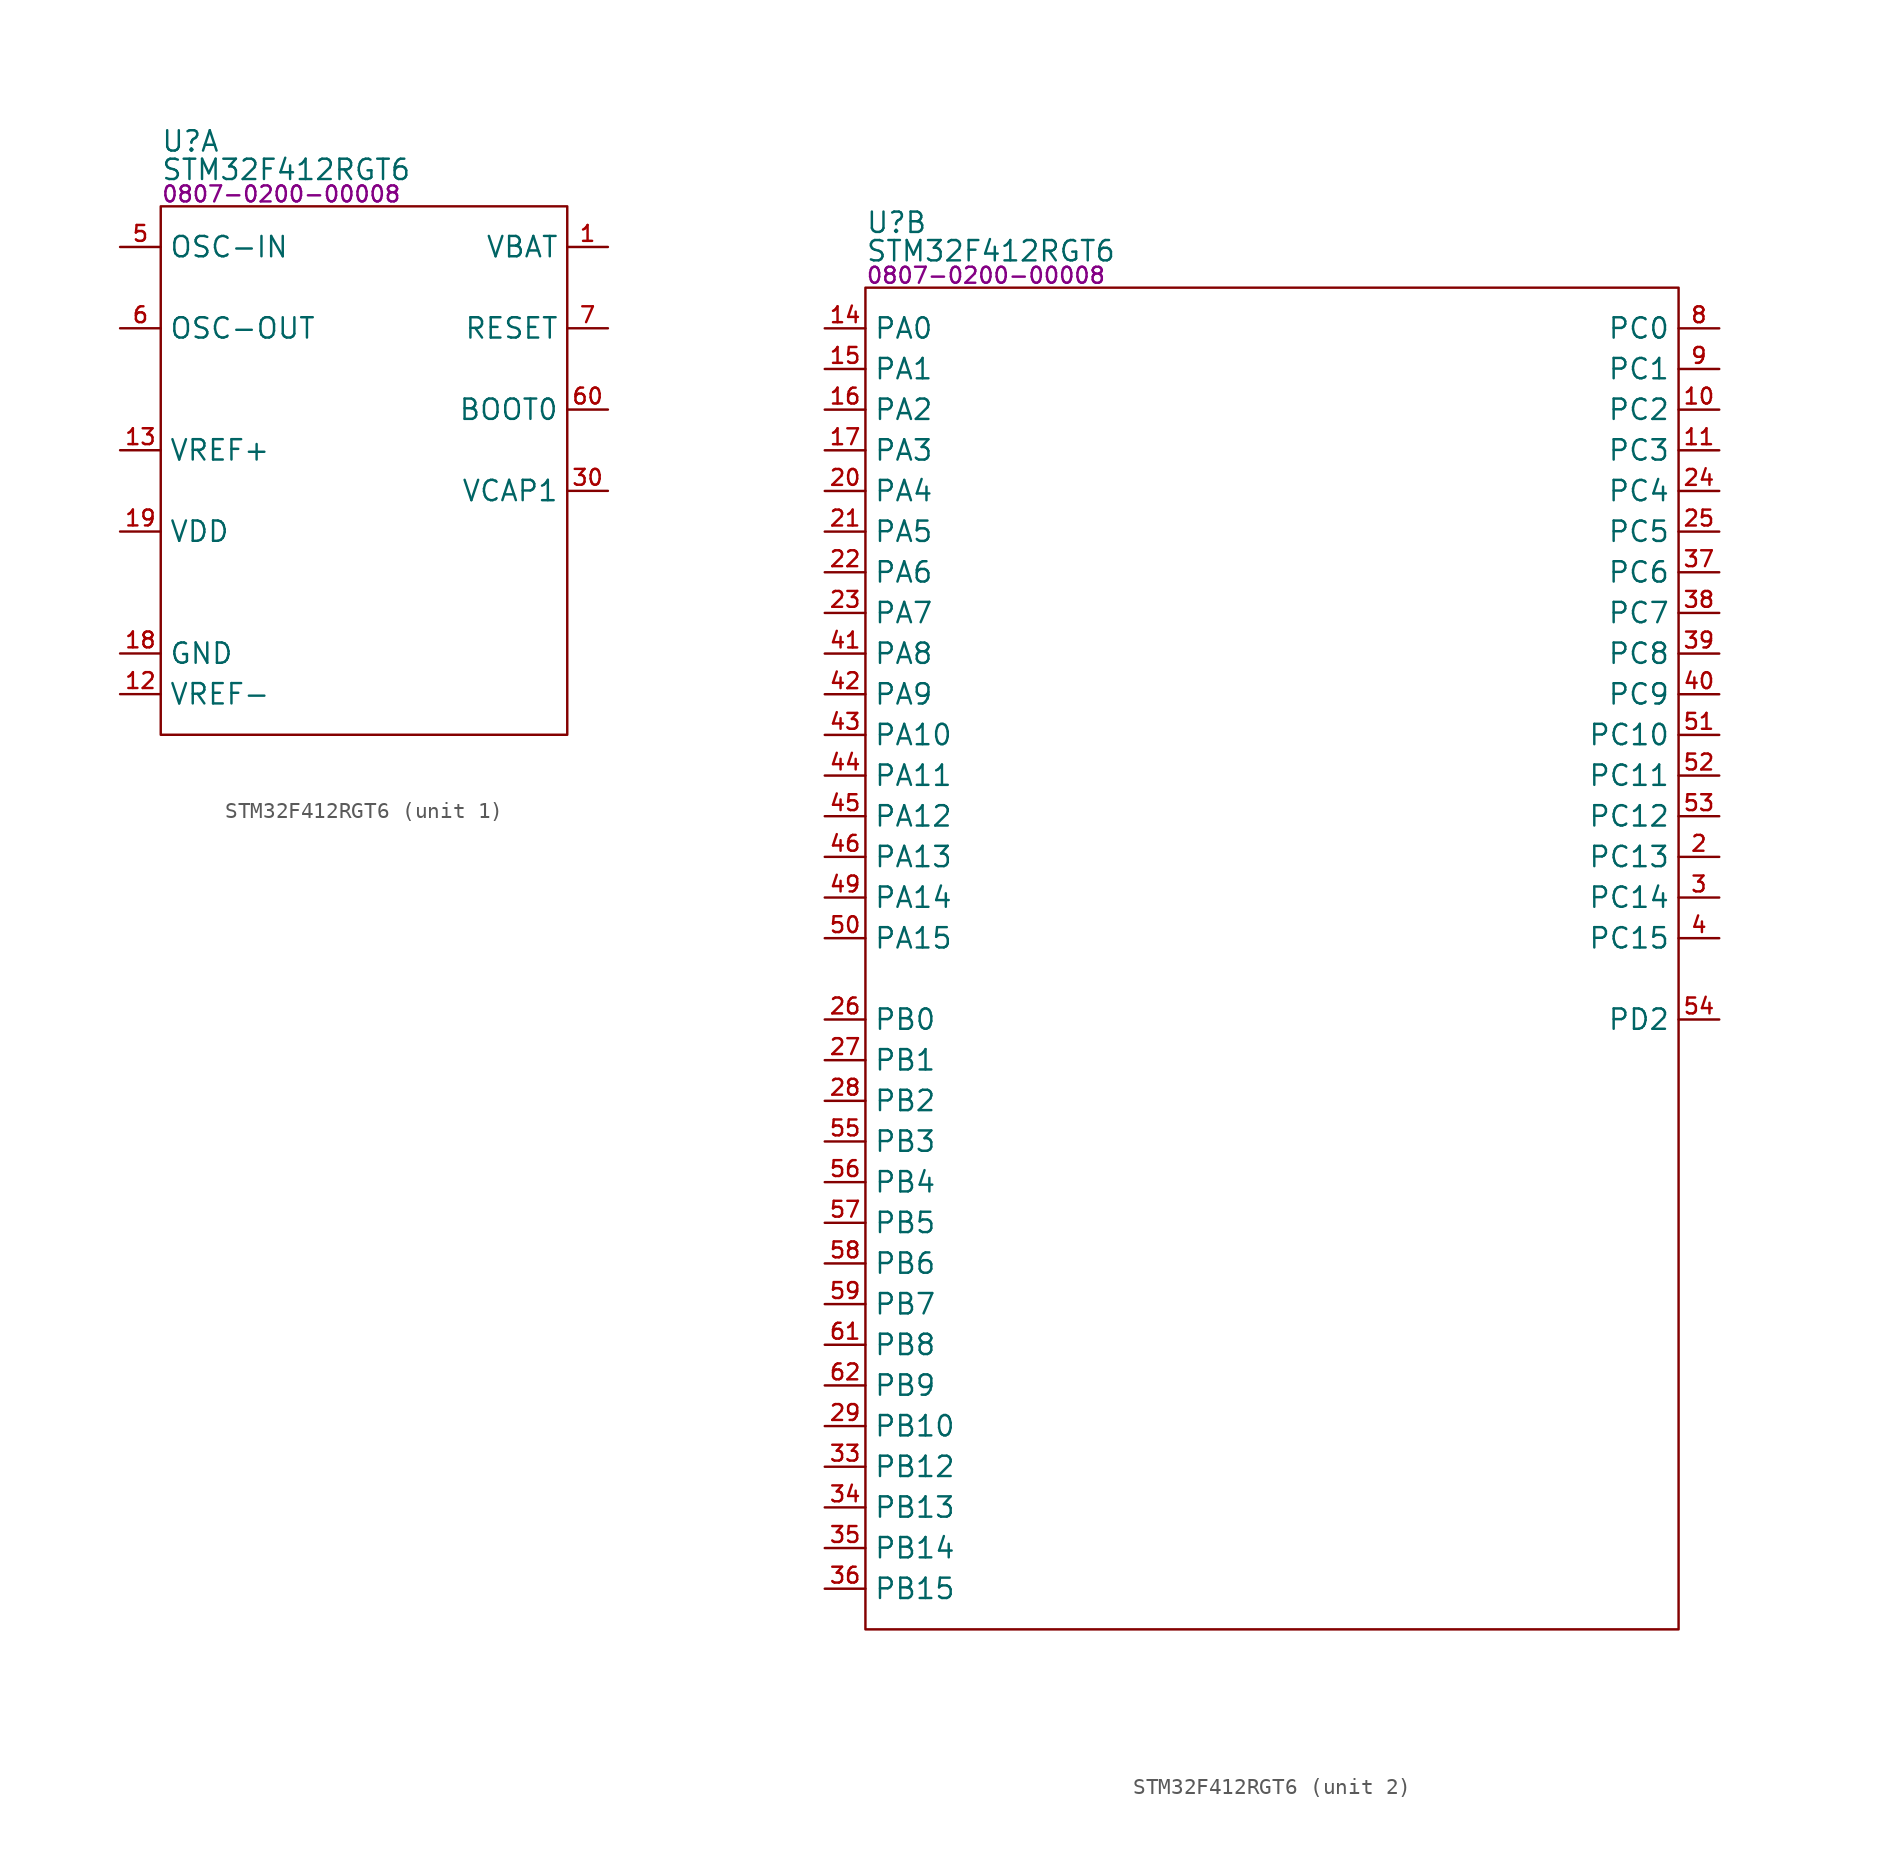
<source format=kicad_sym>
(kicad_symbol_lib
  (version 20231120)
  (generator "kicad_symbol_editor")
  (generator_version "8.0")
  (symbol "STM32F412RGT6"
    (property "Reference" "U"
      (at 0 4.064 0)
      (effects (font (size 1.27 1.27)) (justify left)))
    (property "Value" "STM32F412RGT6"
      (at 0 2.286 0)
      (effects (font (size 1.27 1.27)) (justify left)))
    (property "PartNumber" "0807-0200-00008"
      (at 0 0.762 0)
      (effects (font (size 1 1)) (justify left)))
    (property "ki_locked" ""
      (at 0 0 0)
      (effects (font (size 1.27 1.27))))
    (symbol "STM32F412RGT6_1_0"
      (pin power_in line (at 27.94 -2.54 180) (length 2.54) (name "VBAT" (effects (font (size 1.27 1.27)))) (number "1" (effects (font (size 0.991 0.991)))))
      (pin power_in line (at -2.54 -30.48 0) (length 2.54) (name "VREF-" (effects (font (size 1.27 1.27)))) (number "12" (effects (font (size 0.991 0.991)))))
      (pin power_in line (at -2.54 -15.24 0) (length 2.54) (name "VREF+" (effects (font (size 1.27 1.27)))) (number "13" (effects (font (size 0.991 0.991)))))
      (pin power_in line (at -2.54 -27.94 0) (length 2.54) (name "GND" (effects (font (size 1.27 1.27)))) (number "18" (effects (font (size 0.991 0.991)))))
      (pin power_in line (at -2.54 -20.32 0) (length 2.54) (name "VDD" (effects (font (size 1.27 1.27)))) (number "19" (effects (font (size 0.991 0.991)))))
      (pin input line (at 27.94 -17.78 180) (length 2.54) (name "VCAP1" (effects (font (size 1.27 1.27)))) (number "30" (effects (font (size 0.991 0.991)))))
      (pin power_in line (at -2.54 -27.94 0) (length 2.54) hide (name "GND" (effects (font (size 1.27 1.27)))) (number "31" (effects (font (size 0.991 0.991)))))
      (pin power_in line (at -2.54 -20.32 0) (length 2.54) hide (name "VDD" (effects (font (size 1.27 1.27)))) (number "32" (effects (font (size 0.991 0.991)))))
      (pin power_in line (at -2.54 -27.94 0) (length 2.54) hide (name "GND" (effects (font (size 1.27 1.27)))) (number "47" (effects (font (size 0.991 0.991)))))
      (pin power_in line (at -2.54 -20.32 0) (length 2.54) hide (name "VDD" (effects (font (size 1.27 1.27)))) (number "48" (effects (font (size 0.991 0.991)))))
      (pin input line (at -2.54 -2.54 0) (length 2.54) (name "OSC-IN" (effects (font (size 1.27 1.27)))) (number "5" (effects (font (size 0.991 0.991)))) (alternate "PH0" input line))
      (pin output line (at -2.54 -7.62 0) (length 2.54) (name "OSC-OUT" (effects (font (size 1.27 1.27)))) (number "6" (effects (font (size 0.991 0.991)))) (alternate "PH1" output line))
      (pin input line (at 27.94 -12.7 180) (length 2.54) (name "BOOT0" (effects (font (size 1.27 1.27)))) (number "60" (effects (font (size 0.991 0.991)))))
      (pin power_in line (at -2.54 -27.94 0) (length 2.54) hide (name "GND" (effects (font (size 1.27 1.27)))) (number "63" (effects (font (size 0.991 0.991)))))
      (pin power_in line (at -2.54 -20.32 0) (length 2.54) hide (name "VDD" (effects (font (size 1.27 1.27)))) (number "64" (effects (font (size 0.991 0.991)))))
      (pin input line (at 27.94 -7.62 180) (length 2.54) (name "RESET" (effects (font (size 1.27 1.27)))) (number "7" (effects (font (size 0.991 0.991))))))
    (symbol "STM32F412RGT6_1_1"
      (rectangle (start 0 0) (end 25.4 -33.02) (stroke (width 0) (type default)) (fill (type none))))
    (symbol "STM32F412RGT6_2_0"
      (pin bidirectional line (at 53.34 -7.62 180) (length 2.54) (name "PC2" (effects (font (size 1.27 1.27)))) (number "10" (effects (font (size 0.991 0.991)))) (alternate "ADC1-IN12" bidirectional line) (alternate "DFSDM1-CKOUT" bidirectional line) (alternate "FSMC-~{WE}" bidirectional line) (alternate "GPIO-EXTI2" bidirectional line) (alternate "I2S2-ext-SD" bidirectional line) (alternate "SPI2-CIPO" bidirectional line))
      (pin bidirectional line (at 53.34 -10.16 180) (length 2.54) (name "PC3" (effects (font (size 1.27 1.27)))) (number "11" (effects (font (size 0.991 0.991)))) (alternate "ADC1-IN13" bidirectional line) (alternate "FSMC-A0" bidirectional line) (alternate "GPIO-EXTI3" bidirectional line) (alternate "I2S2-SD" bidirectional line) (alternate "SPI2-COPI" bidirectional line))
      (pin bidirectional line (at -2.54 -2.54 0) (length 2.54) (name "PA0" (effects (font (size 1.27 1.27)))) (number "14" (effects (font (size 0.991 0.991)))) (alternate "ADC1-IN0" bidirectional line) (alternate "GPIO-EXTI0" bidirectional line) (alternate "SYS-WKUP1" bidirectional line) (alternate "TIM2-CH1" bidirectional line) (alternate "TIM2-ETR" bidirectional line) (alternate "TIM5-CH1" bidirectional line) (alternate "TIM8-ETR" bidirectional line) (alternate "USART2-CTS" bidirectional line))
      (pin bidirectional line (at -2.54 -5.08 0) (length 2.54) (name "PA1" (effects (font (size 1.27 1.27)))) (number "15" (effects (font (size 0.991 0.991)))) (alternate "ADC1-IN1" bidirectional line) (alternate "GPIO-EXTI1" bidirectional line) (alternate "I2S4-SD" bidirectional line) (alternate "QUADSPI-BK1-IO3" bidirectional line) (alternate "SPI4-COPI" bidirectional line) (alternate "TIM2-CH2" bidirectional line) (alternate "TIM5-CH2" bidirectional line) (alternate "USART2-RTS" bidirectional line))
      (pin bidirectional line (at -2.54 -7.62 0) (length 2.54) (name "PA2" (effects (font (size 1.27 1.27)))) (number "16" (effects (font (size 0.991 0.991)))) (alternate "ADC1-IN2" bidirectional line) (alternate "FSMC-D4" bidirectional line) (alternate "FSMC-DA4" bidirectional line) (alternate "GPIO-EXTI2" bidirectional line) (alternate "I2S-CKIN" bidirectional line) (alternate "TIM2-CH3" bidirectional line) (alternate "TIM5-CH3" bidirectional line) (alternate "TIM9-CH1" bidirectional line) (alternate "USART2-TX" bidirectional line))
      (pin bidirectional line (at -2.54 -10.16 0) (length 2.54) (name "PA3" (effects (font (size 1.27 1.27)))) (number "17" (effects (font (size 0.991 0.991)))) (alternate "ADC1-IN3" bidirectional line) (alternate "FSMC-D5" bidirectional line) (alternate "FSMC-DA5" bidirectional line) (alternate "GPIO-EXTI3" bidirectional line) (alternate "I2S2-MCK" bidirectional line) (alternate "TIM2-CH4" bidirectional line) (alternate "TIM5-CH4" bidirectional line) (alternate "TIM9-CH2" bidirectional line) (alternate "USART2-RX" bidirectional line))
      (pin bidirectional line (at 53.34 -35.56 180) (length 2.54) (name "PC13" (effects (font (size 1.27 1.27)))) (number "2" (effects (font (size 0.991 0.991)))) (alternate "GPIO-EXTI13" bidirectional line) (alternate "RTC-AF1" bidirectional line))
      (pin bidirectional line (at -2.54 -12.7 0) (length 2.54) (name "PA4" (effects (font (size 1.27 1.27)))) (number "20" (effects (font (size 0.991 0.991)))) (alternate "ADC1-IN4" bidirectional line) (alternate "DFSDM1-DATIN1" bidirectional line) (alternate "FSMC-D6" bidirectional line) (alternate "FSMC-DA6" bidirectional line) (alternate "GPIO-EXTI4" bidirectional line) (alternate "I2S1-WS" bidirectional line) (alternate "I2S3-WS" bidirectional line) (alternate "SPI1-~{SS}" bidirectional line) (alternate "SPI3-~{SS}" bidirectional line) (alternate "USART2-CK" bidirectional line))
      (pin bidirectional line (at -2.54 -15.24 0) (length 2.54) (name "PA5" (effects (font (size 1.27 1.27)))) (number "21" (effects (font (size 0.991 0.991)))) (alternate "ADC1-IN5" bidirectional line) (alternate "DFSDM1-CKIN1" bidirectional line) (alternate "FSMC-D7" bidirectional line) (alternate "FSMC-DA7" bidirectional line) (alternate "GPIO-EXTI5" bidirectional line) (alternate "I2S1-CK" bidirectional line) (alternate "SPI1-SCK" bidirectional line) (alternate "TIM2-CH1" bidirectional line) (alternate "TIM2-ETR" bidirectional line) (alternate "TIM8-CH1N" bidirectional line))
      (pin bidirectional line (at -2.54 -17.78 0) (length 2.54) (name "PA6" (effects (font (size 1.27 1.27)))) (number "22" (effects (font (size 0.991 0.991)))) (alternate "ADC1-IN6" bidirectional line) (alternate "GPIO-EXTI6" bidirectional line) (alternate "I2S2-MCK" bidirectional line) (alternate "QUADSPI-BK2-IO0" bidirectional line) (alternate "SDIO-CMD" bidirectional line) (alternate "SPI1-CIPO" bidirectional line) (alternate "TIM1-BKIN" bidirectional line) (alternate "TIM13-CH1" bidirectional line) (alternate "TIM3-CH1" bidirectional line) (alternate "TIM8-BKIN" bidirectional line))
      (pin bidirectional line (at -2.54 -20.32 0) (length 2.54) (name "PA7" (effects (font (size 1.27 1.27)))) (number "23" (effects (font (size 0.991 0.991)))) (alternate "ADC1-IN7" bidirectional line) (alternate "GPIO-EXTI7" bidirectional line) (alternate "I2S1-SD" bidirectional line) (alternate "QUADSPI-BK2-IO1" bidirectional line) (alternate "SPI1-COPI" bidirectional line) (alternate "TIM1-CH1N" bidirectional line) (alternate "TIM14-CH1" bidirectional line) (alternate "TIM3-CH2" bidirectional line) (alternate "TIM8-CH1N" bidirectional line))
      (pin bidirectional line (at 53.34 -12.7 180) (length 2.54) (name "PC4" (effects (font (size 1.27 1.27)))) (number "24" (effects (font (size 0.991 0.991)))) (alternate "ADC1-IN14" bidirectional line) (alternate "FSMC-NE4" bidirectional line) (alternate "GPIO-EXTI4" bidirectional line) (alternate "I2S1-MCK" bidirectional line) (alternate "QUADSPI-BK2-IO2" bidirectional line))
      (pin bidirectional line (at 53.34 -15.24 180) (length 2.54) (name "PC5" (effects (font (size 1.27 1.27)))) (number "25" (effects (font (size 0.991 0.991)))) (alternate "ADC1-IN15" bidirectional line) (alternate "FMPI2C1-SMBA" bidirectional line) (alternate "FSMC-~{OE}" bidirectional line) (alternate "GPIO-EXTI5" bidirectional line) (alternate "QUADSPI-BK2-IO3" bidirectional line) (alternate "USART3-RX" bidirectional line))
      (pin bidirectional line (at -2.54 -45.72 0) (length 2.54) (name "PB0" (effects (font (size 1.27 1.27)))) (number "26" (effects (font (size 0.991 0.991)))) (alternate "ADC1-IN8" bidirectional line) (alternate "GPIO-EXTI0" bidirectional line) (alternate "I2S5-CK" bidirectional line) (alternate "SPI5-SCK" bidirectional line) (alternate "TIM1-CH2N" bidirectional line) (alternate "TIM3-CH3" bidirectional line) (alternate "TIM8-CH2N" bidirectional line))
      (pin bidirectional line (at -2.54 -48.26 0) (length 2.54) (name "PB1" (effects (font (size 1.27 1.27)))) (number "27" (effects (font (size 0.991 0.991)))) (alternate "ADC1-IN9" bidirectional line) (alternate "DFSDM1-DATIN0" bidirectional line) (alternate "GPIO-EXTI1" bidirectional line) (alternate "I2S5-WS" bidirectional line) (alternate "QUADSPI-CLK" bidirectional line) (alternate "SPI5-~{SS}" bidirectional line) (alternate "TIM1-CH3N" bidirectional line) (alternate "TIM3-CH4" bidirectional line) (alternate "TIM8-CH3N" bidirectional line))
      (pin bidirectional line (at -2.54 -50.8 0) (length 2.54) (name "PB2" (effects (font (size 1.27 1.27)))) (number "28" (effects (font (size 0.991 0.991)))) (alternate "DFSDM1-CKIN0" bidirectional line) (alternate "GPIO-EXTI2" bidirectional line) (alternate "QUADSPI-CLK" bidirectional line))
      (pin bidirectional line (at -2.54 -71.12 0) (length 2.54) (name "PB10" (effects (font (size 1.27 1.27)))) (number "29" (effects (font (size 0.991 0.991)))) (alternate "FMPI2C1-SCL" bidirectional line) (alternate "GPIO-EXTI10" bidirectional line) (alternate "I2C2-SCL" bidirectional line) (alternate "I2S2-CK" bidirectional line) (alternate "I2S3-MCK" bidirectional line) (alternate "SDIO-D7" bidirectional line) (alternate "SPI2-SCK" bidirectional line) (alternate "TIM2-CH3" bidirectional line) (alternate "USART3-TX" bidirectional line))
      (pin bidirectional line (at 53.34 -38.1 180) (length 2.54) (name "PC14" (effects (font (size 1.27 1.27)))) (number "3" (effects (font (size 0.991 0.991)))) (alternate "GPIO-EXTI14" bidirectional line) (alternate "RCC-OSC32-IN" bidirectional line))
      (pin bidirectional line (at -2.54 -73.66 0) (length 2.54) (name "PB12" (effects (font (size 1.27 1.27)))) (number "33" (effects (font (size 0.991 0.991)))) (alternate "CAN2-RX" bidirectional line) (alternate "DFSDM1-DATIN1" bidirectional line) (alternate "GPIO-EXTI12" bidirectional line) (alternate "I2C2-SMBA" bidirectional line) (alternate "I2S2-WS" bidirectional line) (alternate "I2S3-CK" bidirectional line) (alternate "I2S4-WS" bidirectional line) (alternate "SPI2-~{SS}" bidirectional line) (alternate "SPI3-SCK" bidirectional line) (alternate "SPI4-~{SS}" bidirectional line) (alternate "TIM1-BKIN" bidirectional line) (alternate "USART3-CK" bidirectional line))
      (pin bidirectional line (at -2.54 -76.2 0) (length 2.54) (name "PB13" (effects (font (size 1.27 1.27)))) (number "34" (effects (font (size 0.991 0.991)))) (alternate "CAN2-TX" bidirectional line) (alternate "DFSDM1-CKIN1" bidirectional line) (alternate "FMPI2C1-SMBA" bidirectional line) (alternate "GPIO-EXTI13" bidirectional line) (alternate "I2S2-CK" bidirectional line) (alternate "I2S4-CK" bidirectional line) (alternate "SPI2-SCK" bidirectional line) (alternate "SPI4-SCK" bidirectional line) (alternate "TIM1-CH1N" bidirectional line) (alternate "USART3-CTS" bidirectional line))
      (pin bidirectional line (at -2.54 -78.74 0) (length 2.54) (name "PB14" (effects (font (size 1.27 1.27)))) (number "35" (effects (font (size 0.991 0.991)))) (alternate "DFSDM1-DATIN2" bidirectional line) (alternate "FMPI2C1-SDA" bidirectional line) (alternate "FSMC-D0" bidirectional line) (alternate "FSMC-DA0" bidirectional line) (alternate "GPIO-EXTI14" bidirectional line) (alternate "I2S2-ext-SD" bidirectional line) (alternate "SDIO-D6" bidirectional line) (alternate "SPI2-CIPO" bidirectional line) (alternate "TIM1-CH2N" bidirectional line) (alternate "TIM12-CH1" bidirectional line) (alternate "TIM8-CH2N" bidirectional line) (alternate "USART3-RTS" bidirectional line))
      (pin bidirectional line (at -2.54 -81.28 0) (length 2.54) (name "PB15" (effects (font (size 1.27 1.27)))) (number "36" (effects (font (size 0.991 0.991)))) (alternate "ADC1-EXTI15" bidirectional line) (alternate "DFSDM1-CKIN2" bidirectional line) (alternate "FMPI2C1-SCL" bidirectional line) (alternate "GPIO-EXTI15" bidirectional line) (alternate "I2S2-SD" bidirectional line) (alternate "RTC-REFIN" bidirectional line) (alternate "SDIO-CK" bidirectional line) (alternate "SPI2-COPI" bidirectional line) (alternate "TIM1-CH3N" bidirectional line) (alternate "TIM12-CH2" bidirectional line) (alternate "TIM8-CH3N" bidirectional line))
      (pin bidirectional line (at 53.34 -17.78 180) (length 2.54) (name "PC6" (effects (font (size 1.27 1.27)))) (number "37" (effects (font (size 0.991 0.991)))) (alternate "DFSDM1-CKIN3" bidirectional line) (alternate "FMPI2C1-SCL" bidirectional line) (alternate "FSMC-D1" bidirectional line) (alternate "FSMC-DA1" bidirectional line) (alternate "GPIO-EXTI6" bidirectional line) (alternate "I2S2-MCK" bidirectional line) (alternate "SDIO-D6" bidirectional line) (alternate "TIM3-CH1" bidirectional line) (alternate "TIM8-CH1" bidirectional line) (alternate "USART6-TX" bidirectional line))
      (pin bidirectional line (at 53.34 -20.32 180) (length 2.54) (name "PC7" (effects (font (size 1.27 1.27)))) (number "38" (effects (font (size 0.991 0.991)))) (alternate "DFSDM1-DATIN3" bidirectional line) (alternate "FMPI2C1-SDA" bidirectional line) (alternate "GPIO-EXTI7" bidirectional line) (alternate "I2S2-CK" bidirectional line) (alternate "I2S3-MCK" bidirectional line) (alternate "SDIO-D7" bidirectional line) (alternate "SPI2-SCK" bidirectional line) (alternate "TIM3-CH2" bidirectional line) (alternate "TIM8-CH2" bidirectional line) (alternate "USART6-RX" bidirectional line))
      (pin bidirectional line (at 53.34 -22.86 180) (length 2.54) (name "PC8" (effects (font (size 1.27 1.27)))) (number "39" (effects (font (size 0.991 0.991)))) (alternate "GPIO-EXTI8" bidirectional line) (alternate "QUADSPI-BK1-IO2" bidirectional line) (alternate "SDIO-D0" bidirectional line) (alternate "TIM3-CH3" bidirectional line) (alternate "TIM8-CH3" bidirectional line) (alternate "USART6-CK" bidirectional line))
      (pin bidirectional line (at 53.34 -40.64 180) (length 2.54) (name "PC15" (effects (font (size 1.27 1.27)))) (number "4" (effects (font (size 0.991 0.991)))) (alternate "ADC1-EXTI15" bidirectional line) (alternate "GPIO-EXTI15" bidirectional line) (alternate "RCC-OSC32-OUT" bidirectional line))
      (pin bidirectional line (at 53.34 -25.4 180) (length 2.54) (name "PC9" (effects (font (size 1.27 1.27)))) (number "40" (effects (font (size 0.991 0.991)))) (alternate "GPIO-EXTI9" bidirectional line) (alternate "I2C3-SDA" bidirectional line) (alternate "I2S-CKIN" bidirectional line) (alternate "QUADSPI-BK1-IO0" bidirectional line) (alternate "RCC-MCO-2" bidirectional line) (alternate "SDIO-D1" bidirectional line) (alternate "TIM3-CH4" bidirectional line) (alternate "TIM8-CH4" bidirectional line))
      (pin bidirectional line (at -2.54 -22.86 0) (length 2.54) (name "PA8" (effects (font (size 1.27 1.27)))) (number "41" (effects (font (size 0.991 0.991)))) (alternate "GPIO-EXTI8" bidirectional line) (alternate "I2C3-SCL" bidirectional line) (alternate "RCC-MCO-1" bidirectional line) (alternate "SDIO-D1" bidirectional line) (alternate "TIM1-CH1" bidirectional line) (alternate "USART1-CK" bidirectional line) (alternate "USB-OTG-FS-SOF" bidirectional line))
      (pin bidirectional line (at -2.54 -25.4 0) (length 2.54) (name "PA9" (effects (font (size 1.27 1.27)))) (number "42" (effects (font (size 0.991 0.991)))) (alternate "GPIO-EXTI9" bidirectional line) (alternate "I2C3-SMBA" bidirectional line) (alternate "SDIO-D2" bidirectional line) (alternate "TIM1-CH2" bidirectional line) (alternate "USART1-TX" bidirectional line) (alternate "USB-OTG-FS-VBUS" bidirectional line))
      (pin bidirectional line (at -2.54 -27.94 0) (length 2.54) (name "PA10" (effects (font (size 1.27 1.27)))) (number "43" (effects (font (size 0.991 0.991)))) (alternate "GPIO-EXTI10" bidirectional line) (alternate "I2S5-SD" bidirectional line) (alternate "SPI5-COPI" bidirectional line) (alternate "TIM1-CH3" bidirectional line) (alternate "USART1-RX" bidirectional line) (alternate "USB-OTG-FS-ID" bidirectional line))
      (pin bidirectional line (at -2.54 -30.48 0) (length 2.54) (name "PA11" (effects (font (size 1.27 1.27)))) (number "44" (effects (font (size 0.991 0.991)))) (alternate "ADC1-EXTI11" bidirectional line) (alternate "CAN1-RX" bidirectional line) (alternate "GPIO-EXTI11" bidirectional line) (alternate "SPI4-CIPO" bidirectional line) (alternate "TIM1-CH4" bidirectional line) (alternate "USART1-CTS" bidirectional line) (alternate "USART6-TX" bidirectional line) (alternate "USB-OTG-FS-D-" bidirectional line))
      (pin bidirectional line (at -2.54 -33.02 0) (length 2.54) (name "PA12" (effects (font (size 1.27 1.27)))) (number "45" (effects (font (size 0.991 0.991)))) (alternate "CAN1-TX" bidirectional line) (alternate "GPIO-EXTI12" bidirectional line) (alternate "SPI5-CIPO" bidirectional line) (alternate "TIM1-ETR" bidirectional line) (alternate "USART1-RTS" bidirectional line) (alternate "USART6-RX" bidirectional line) (alternate "USB-OTG-FS-D+" bidirectional line))
      (pin bidirectional line (at -2.54 -35.56 0) (length 2.54) (name "PA13" (effects (font (size 1.27 1.27)))) (number "46" (effects (font (size 0.991 0.991)))) (alternate "GPIO-EXTI13" bidirectional line) (alternate "SWDIO" bidirectional line) (alternate "SYS-JTMS" bidirectional line))
      (pin bidirectional line (at -2.54 -38.1 0) (length 2.54) (name "PA14" (effects (font (size 1.27 1.27)))) (number "49" (effects (font (size 0.991 0.991)))) (alternate "GPIO-EXTI14" bidirectional line) (alternate "SWCLK" bidirectional line) (alternate "SYS-JTCK" bidirectional line))
      (pin bidirectional line (at -2.54 -40.64 0) (length 2.54) (name "PA15" (effects (font (size 1.27 1.27)))) (number "50" (effects (font (size 0.991 0.991)))) (alternate "ADC1-EXTI15" bidirectional line) (alternate "GPIO-EXTI15" bidirectional line) (alternate "I2S1-WS" bidirectional line) (alternate "I2S3-WS" bidirectional line) (alternate "SPI1-~{SS}" bidirectional line) (alternate "SPI3-~{SS}" bidirectional line) (alternate "SYS-JTDI" bidirectional line) (alternate "TIM2-CH1" bidirectional line) (alternate "TIM2-ETR" bidirectional line) (alternate "USART1-TX" bidirectional line))
      (pin bidirectional line (at 53.34 -27.94 180) (length 2.54) (name "PC10" (effects (font (size 1.27 1.27)))) (number "51" (effects (font (size 0.991 0.991)))) (alternate "GPIO-EXTI10" bidirectional line) (alternate "I2S3-CK" bidirectional line) (alternate "QUADSPI-BK1-IO1" bidirectional line) (alternate "SDIO-D2" bidirectional line) (alternate "SPI3-SCK" bidirectional line) (alternate "USART3-TX" bidirectional line))
      (pin bidirectional line (at 53.34 -30.48 180) (length 2.54) (name "PC11" (effects (font (size 1.27 1.27)))) (number "52" (effects (font (size 0.991 0.991)))) (alternate "ADC1-EXTI11" bidirectional line) (alternate "FSMC-D2" bidirectional line) (alternate "FSMC-DA2" bidirectional line) (alternate "GPIO-EXTI11" bidirectional line) (alternate "I2S3-ext-SD" bidirectional line) (alternate "QUADSPI-BK2-NCS" bidirectional line) (alternate "SDIO-D3" bidirectional line) (alternate "SPI3-CIPO" bidirectional line) (alternate "USART3-RX" bidirectional line))
      (pin bidirectional line (at 53.34 -33.02 180) (length 2.54) (name "PC12" (effects (font (size 1.27 1.27)))) (number "53" (effects (font (size 0.991 0.991)))) (alternate "FSMC-D3" bidirectional line) (alternate "FSMC-DA3" bidirectional line) (alternate "GPIO-EXTI12" bidirectional line) (alternate "I2S3-SD" bidirectional line) (alternate "SDIO-CK" bidirectional line) (alternate "SPI3-COPI" bidirectional line) (alternate "USART3-CK" bidirectional line))
      (pin bidirectional line (at 53.34 -45.72 180) (length 2.54) (name "PD2" (effects (font (size 1.27 1.27)))) (number "54" (effects (font (size 0.991 0.991)))) (alternate "FSMC-~{WE}" bidirectional line) (alternate "GPIO-EXTI2" bidirectional line) (alternate "SDIO-CMD" bidirectional line) (alternate "TIM3-ETR" bidirectional line))
      (pin bidirectional line (at -2.54 -53.34 0) (length 2.54) (name "PB3" (effects (font (size 1.27 1.27)))) (number "55" (effects (font (size 0.991 0.991)))) (alternate "FMPI2C1-SDA" bidirectional line) (alternate "GPIO-EXTI3" bidirectional line) (alternate "I2C2-SDA" bidirectional line) (alternate "I2S1-CK" bidirectional line) (alternate "I2S3-CK" bidirectional line) (alternate "SPI1-SCK" bidirectional line) (alternate "SPI3-SCK" bidirectional line) (alternate "SWO" bidirectional line) (alternate "SYS-JTDO" bidirectional line) (alternate "TIM2-CH2" bidirectional line) (alternate "USART1-RX" bidirectional line))
      (pin bidirectional line (at -2.54 -55.88 0) (length 2.54) (name "PB4" (effects (font (size 1.27 1.27)))) (number "56" (effects (font (size 0.991 0.991)))) (alternate "GPIO-EXTI4" bidirectional line) (alternate "I2C3-SDA" bidirectional line) (alternate "I2S3-ext-SD" bidirectional line) (alternate "SDIO-D0" bidirectional line) (alternate "SPI1-CIPO" bidirectional line) (alternate "SPI3-CIPO" bidirectional line) (alternate "SYS-JTRST" bidirectional line) (alternate "TIM3-CH1" bidirectional line))
      (pin bidirectional line (at -2.54 -58.42 0) (length 2.54) (name "PB5" (effects (font (size 1.27 1.27)))) (number "57" (effects (font (size 0.991 0.991)))) (alternate "CAN2-RX" bidirectional line) (alternate "GPIO-EXTI5" bidirectional line) (alternate "I2C1-SMBA" bidirectional line) (alternate "I2S1-SD" bidirectional line) (alternate "I2S3-SD" bidirectional line) (alternate "SDIO-D3" bidirectional line) (alternate "SPI1-COPI" bidirectional line) (alternate "SPI3-COPI" bidirectional line) (alternate "TIM3-CH2" bidirectional line))
      (pin bidirectional line (at -2.54 -60.96 0) (length 2.54) (name "PB6" (effects (font (size 1.27 1.27)))) (number "58" (effects (font (size 0.991 0.991)))) (alternate "CAN2-TX" bidirectional line) (alternate "GPIO-EXTI6" bidirectional line) (alternate "I2C1-SCL" bidirectional line) (alternate "QUADSPI-BK1-NCS" bidirectional line) (alternate "SDIO-D0" bidirectional line) (alternate "TIM4-CH1" bidirectional line) (alternate "USART1-TX" bidirectional line))
      (pin bidirectional line (at -2.54 -63.5 0) (length 2.54) (name "PB7" (effects (font (size 1.27 1.27)))) (number "59" (effects (font (size 0.991 0.991)))) (alternate "FSMC-NL" bidirectional line) (alternate "GPIO-EXTI7" bidirectional line) (alternate "I2C1-SDA" bidirectional line) (alternate "TIM4-CH2" bidirectional line) (alternate "USART1-RX" bidirectional line))
      (pin bidirectional line (at -2.54 -66.04 0) (length 2.54) (name "PB8" (effects (font (size 1.27 1.27)))) (number "61" (effects (font (size 0.991 0.991)))) (alternate "CAN1-RX" bidirectional line) (alternate "GPIO-EXTI8" bidirectional line) (alternate "I2C1-SCL" bidirectional line) (alternate "I2C3-SDA" bidirectional line) (alternate "I2S5-SD" bidirectional line) (alternate "SDIO-D4" bidirectional line) (alternate "SPI5-COPI" bidirectional line) (alternate "TIM10-CH1" bidirectional line) (alternate "TIM4-CH3" bidirectional line))
      (pin bidirectional line (at -2.54 -68.58 0) (length 2.54) (name "PB9" (effects (font (size 1.27 1.27)))) (number "62" (effects (font (size 0.991 0.991)))) (alternate "CAN1-TX" bidirectional line) (alternate "GPIO-EXTI9" bidirectional line) (alternate "I2C1-SDA" bidirectional line) (alternate "I2C2-SDA" bidirectional line) (alternate "I2S2-WS" bidirectional line) (alternate "SDIO-D5" bidirectional line) (alternate "SPI2-~{SS}" bidirectional line) (alternate "TIM11-CH1" bidirectional line) (alternate "TIM4-CH4" bidirectional line))
      (pin bidirectional line (at 53.34 -2.54 180) (length 2.54) (name "PC0" (effects (font (size 1.27 1.27)))) (number "8" (effects (font (size 0.991 0.991)))) (alternate "ADC1-IN10" bidirectional line) (alternate "GPIO-EXTI0" bidirectional line) (alternate "SYS-WKUP2" bidirectional line))
      (pin bidirectional line (at 53.34 -5.08 180) (length 2.54) (name "PC1" (effects (font (size 1.27 1.27)))) (number "9" (effects (font (size 0.991 0.991)))) (alternate "ADC1-IN11" bidirectional line) (alternate "GPIO-EXTI1" bidirectional line) (alternate "SYS-WKUP3" bidirectional line)))
    (symbol "STM32F412RGT6_2_1"
      (rectangle (start 0 0) (end 50.8 -83.82) (stroke (width 0) (type default)) (fill (type none))))))
</source>
